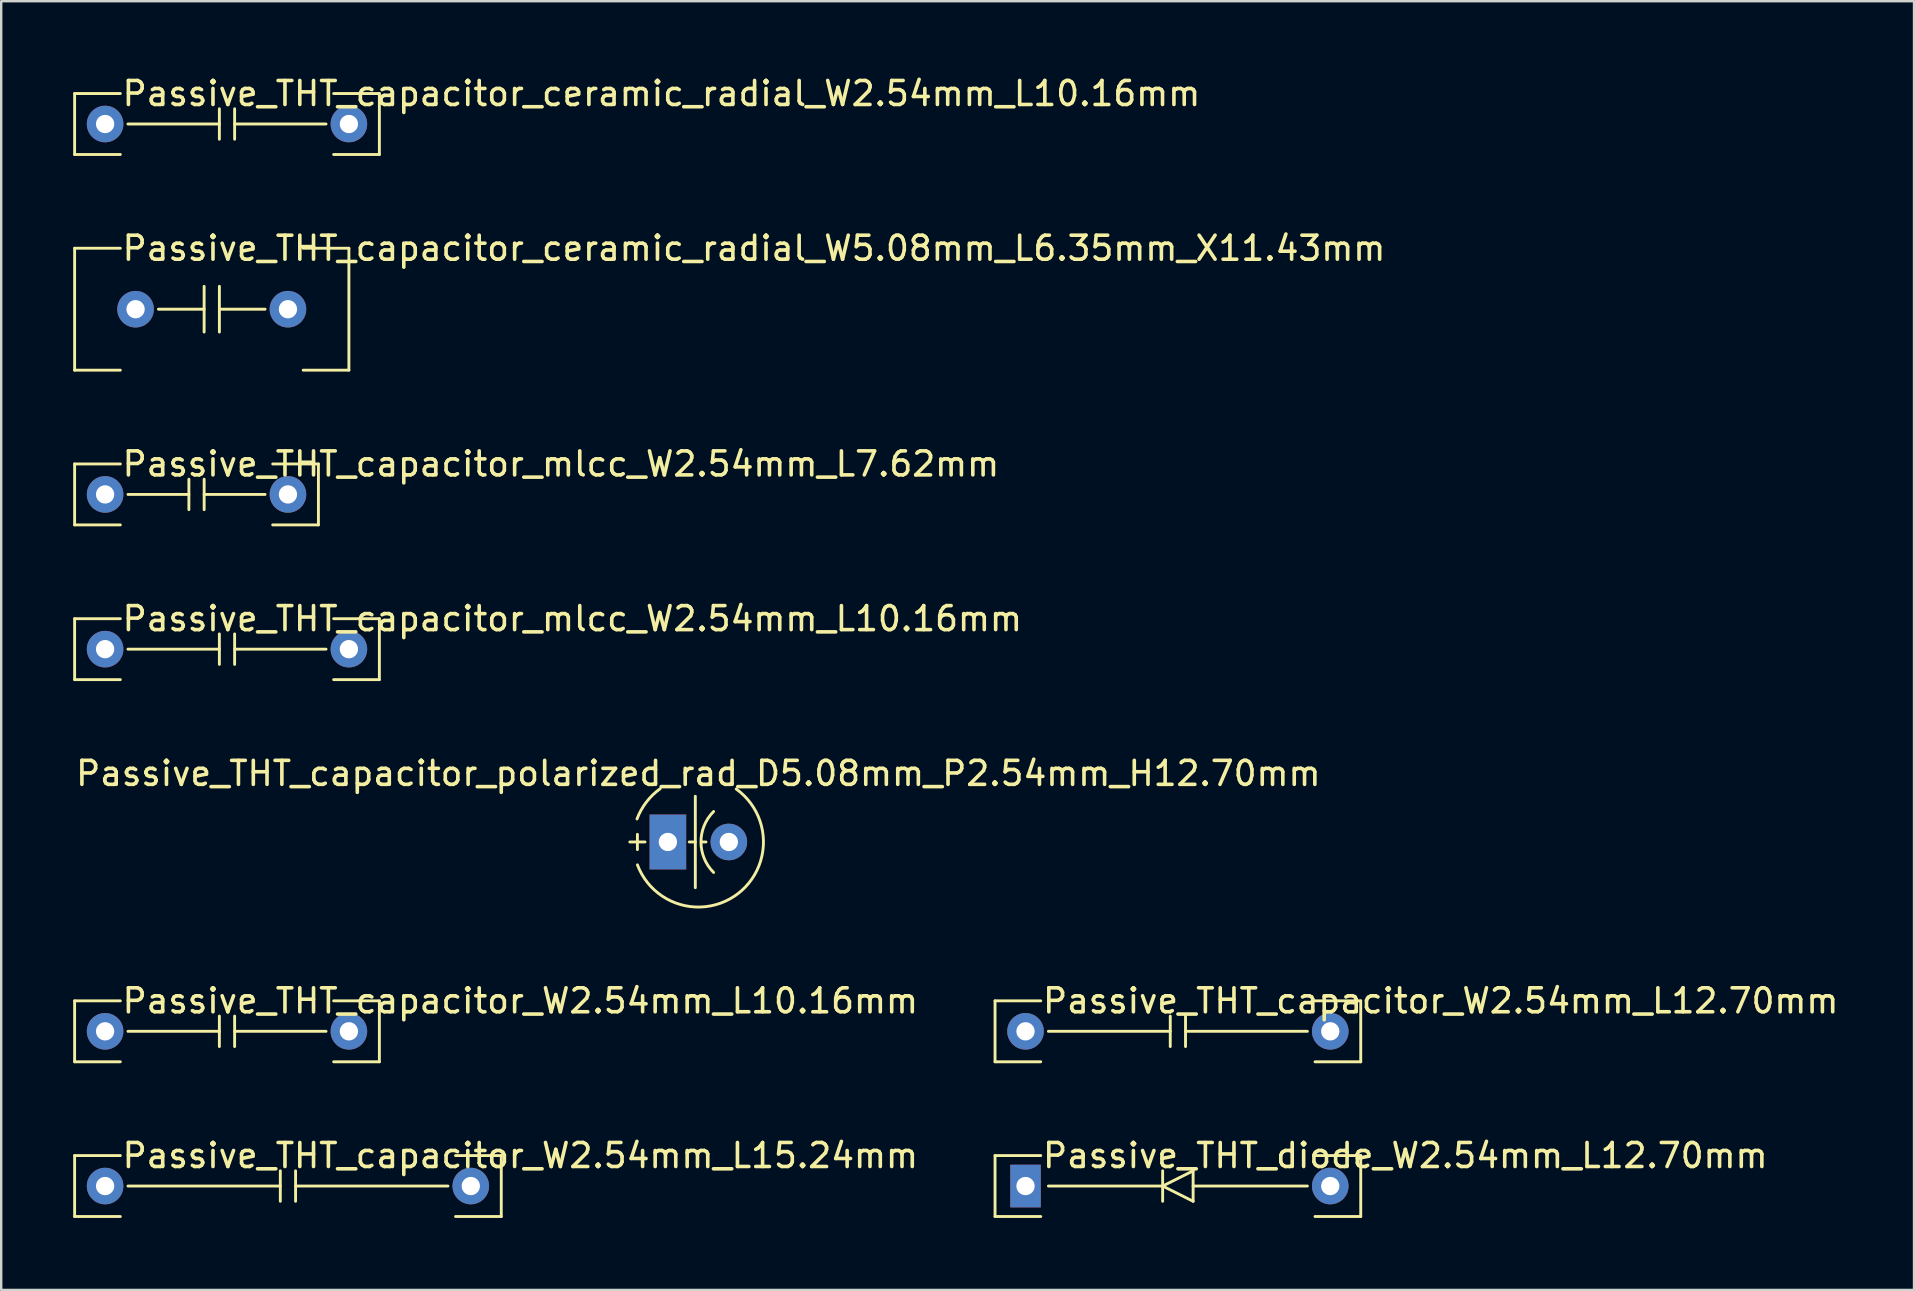
<source format=kicad_pcb>
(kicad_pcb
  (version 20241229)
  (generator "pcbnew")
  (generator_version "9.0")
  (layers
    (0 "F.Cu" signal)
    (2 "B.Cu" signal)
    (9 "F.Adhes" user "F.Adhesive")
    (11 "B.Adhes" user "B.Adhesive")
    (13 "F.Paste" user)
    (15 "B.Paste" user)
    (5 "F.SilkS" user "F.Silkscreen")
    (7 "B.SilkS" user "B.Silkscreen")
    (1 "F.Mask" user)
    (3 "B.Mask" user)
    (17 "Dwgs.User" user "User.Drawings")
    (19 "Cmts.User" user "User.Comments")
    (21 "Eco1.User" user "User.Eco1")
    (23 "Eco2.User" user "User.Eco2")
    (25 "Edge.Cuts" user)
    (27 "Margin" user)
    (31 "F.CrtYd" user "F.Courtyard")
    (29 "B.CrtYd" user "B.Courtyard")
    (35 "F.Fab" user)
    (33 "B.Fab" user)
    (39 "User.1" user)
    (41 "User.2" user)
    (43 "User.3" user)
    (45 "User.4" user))
  (footprint "Passive_THT_capacitor_ceramic_radial_W5.08mm_L6.35mm_X11.43mm"
    (layer "F.Cu")
    (at 5.775 9.836)
    (property "Reference" "Passive_THT_capacitor_ceramic_radial_W5.08mm_L6.35mm_X11.43mm" (at -3.81 -2.54 0) (layer "F.SilkS") (effects (font (size 1 1) (thickness 0.15)) (justify left)))
    (attr through_hole)
    (fp_line (start -5.715 -2.54) (end -3.81 -2.54) (stroke (width 0.12) (type solid)) (layer "F.SilkS"))
    (fp_line (start -5.715 2.54) (end -5.715 -2.54) (stroke (width 0.12) (type solid)) (layer "F.SilkS"))
    (fp_line (start -3.81 2.54) (end -5.715 2.54) (stroke (width 0.12) (type solid)) (layer "F.SilkS"))
    (fp_line (start -0.318 -0.953) (end -0.318 0.953) (stroke (width 0.12) (type solid)) (layer "F.SilkS"))
    (fp_line (start -0.318 0) (end -2.223 0) (stroke (width 0.12) (type solid)) (layer "F.SilkS"))
    (fp_line (start 0.318 0) (end 2.223 0) (stroke (width 0.12) (type solid)) (layer "F.SilkS"))
    (fp_line (start 0.318 0.953) (end 0.318 -0.953) (stroke (width 0.12) (type solid)) (layer "F.SilkS"))
    (fp_line (start 3.81 -2.54) (end 5.715 -2.54) (stroke (width 0.12) (type solid)) (layer "F.SilkS"))
    (fp_line (start 5.715 -2.54) (end 5.715 2.54) (stroke (width 0.12) (type solid)) (layer "F.SilkS"))
    (fp_line (start 5.715 2.54) (end 3.81 2.54) (stroke (width 0.12) (type solid)) (layer "F.SilkS"))
    (pad "1" thru_hole circle (at -3.175 0) (size 1.524 1.524) (drill 0.762) (layers "*.Cu" "*.Mask"))
    (pad "2" thru_hole circle (at 3.175 0) (size 1.524 1.524) (drill 0.762) (layers "*.Cu" "*.Mask")))
  (footprint "Passive_THT_capacitor_mlcc_W2.54mm_L10.16mm"
    (layer "F.Cu")
    (at 6.41 24.003)
    (property "Reference" "Passive_THT_capacitor_mlcc_W2.54mm_L10.16mm" (at -4.445 -1.27 0) (layer "F.SilkS") (effects (font (size 1 1) (thickness 0.15)) (justify left)))
    (attr through_hole)
    (fp_line (start -6.35 -1.27) (end -4.445 -1.27) (stroke (width 0.12) (type solid)) (layer "F.SilkS"))
    (fp_line (start -6.35 1.27) (end -6.35 -1.27) (stroke (width 0.12) (type solid)) (layer "F.SilkS"))
    (fp_line (start -4.445 1.27) (end -6.35 1.27) (stroke (width 0.12) (type solid)) (layer "F.SilkS"))
    (fp_line (start -4.128 0) (end -0.318 0) (stroke (width 0.12) (type solid)) (layer "F.SilkS"))
    (fp_line (start -0.318 -0.635) (end -0.318 0.635) (stroke (width 0.12) (type solid)) (layer "F.SilkS"))
    (fp_line (start 0.318 -0.635) (end 0.318 0.635) (stroke (width 0.12) (type solid)) (layer "F.SilkS"))
    (fp_line (start 0.318 0) (end 4.128 0) (stroke (width 0.12) (type solid)) (layer "F.SilkS"))
    (fp_line (start 4.445 -1.27) (end 6.35 -1.27) (stroke (width 0.12) (type solid)) (layer "F.SilkS"))
    (fp_line (start 6.35 -1.27) (end 6.35 1.27) (stroke (width 0.12) (type solid)) (layer "F.SilkS"))
    (fp_line (start 6.35 1.27) (end 4.445 1.27) (stroke (width 0.12) (type solid)) (layer "F.SilkS"))
    (pad "1" thru_hole circle (at -5.08 0) (size 1.524 1.524) (drill 0.762) (layers "*.Cu" "*.Mask"))
    (pad "2" thru_hole circle (at 5.08 0) (size 1.524 1.524) (drill 0.762) (layers "*.Cu" "*.Mask")))
  (footprint "Passive_THT_diode_W2.54mm_L12.70mm"
    (layer "F.Cu")
    (at 46.038 46.378)
    (property "Reference" "Passive_THT_diode_W2.54mm_L12.70mm" (at -5.715 -1.27 0) (layer "F.SilkS") (effects (font (size 1 1) (thickness 0.15)) (justify left)))
    (attr through_hole)
    (fp_line (start -7.62 -1.27) (end -5.715 -1.27) (stroke (width 0.12) (type solid)) (layer "F.SilkS"))
    (fp_line (start -7.62 1.27) (end -7.62 -1.27) (stroke (width 0.12) (type solid)) (layer "F.SilkS"))
    (fp_line (start -5.715 1.27) (end -7.62 1.27) (stroke (width 0.12) (type solid)) (layer "F.SilkS"))
    (fp_line (start -0.635 -0.635) (end -0.635 0.635) (stroke (width 0.12) (type solid)) (layer "F.SilkS"))
    (fp_line (start -0.635 0) (end -5.397 0) (stroke (width 0.12) (type solid)) (layer "F.SilkS"))
    (fp_line (start -0.635 0) (end 0.635 0.635) (stroke (width 0.12) (type solid)) (layer "F.SilkS"))
    (fp_line (start 0.635 -0.635) (end -0.635 0) (stroke (width 0.12) (type solid)) (layer "F.SilkS"))
    (fp_line (start 0.635 0) (end 5.397 0) (stroke (width 0.12) (type solid)) (layer "F.SilkS"))
    (fp_line (start 0.635 0.635) (end 0.635 -0.635) (stroke (width 0.12) (type solid)) (layer "F.SilkS"))
    (fp_line (start 5.715 -1.27) (end 7.62 -1.27) (stroke (width 0.12) (type solid)) (layer "F.SilkS"))
    (fp_line (start 7.62 -1.27) (end 7.62 1.27) (stroke (width 0.12) (type solid)) (layer "F.SilkS"))
    (fp_line (start 7.62 1.27) (end 5.715 1.27) (stroke (width 0.12) (type solid)) (layer "F.SilkS"))
    (pad "1" thru_hole rect (at -6.35 0) (size 1.27 1.778) (drill 0.762) (layers "*.Cu" "*.Mask"))
    (pad "2" thru_hole circle (at 6.35 0) (size 1.524 1.524) (drill 0.762) (layers "*.Cu" "*.Mask")))
  (footprint "Passive_THT_capacitor_polarized_rad_D5.08mm_P2.54mm_H12.70mm"
    (layer "F.Cu")
    (at 26.054 32.039)
    (property "Reference" "Passive_THT_capacitor_polarized_rad_D5.08mm_P2.54mm_H12.70mm" (at 0 -2.857 0) (layer "F.SilkS") (effects (font (size 1 1) (thickness 0.15))))
    (attr through_hole)
    (fp_line (start -2.54 0.318) (end -2.54 -0.318) (stroke (width 0.12) (type solid)) (layer "F.SilkS"))
    (fp_line (start -2.223 0) (end -2.857 0) (stroke (width 0.12) (type solid)) (layer "F.SilkS"))
    (fp_line (start -0.381 0) (end -0.127 0) (stroke (width 0.12) (type solid)) (layer "F.SilkS"))
    (fp_line (start -0.127 -1.905) (end -0.127 1.905) (stroke (width 0.12) (type solid)) (layer "F.SilkS"))
    (fp_line (start 0.127 0) (end 0.318 0) (stroke (width 0.12) (type solid)) (layer "F.SilkS"))
    (fp_arc (start -2.557337 -0.959002) (mid -2.166569 -1.66302) (end -1.587499 -2.222499) (stroke (width 0.12) (type solid)) (layer "F.SilkS"))
    (fp_arc (start 0.635 1.269999) (mid 0.108949 0) (end 0.635 -1.269999) (stroke (width 0.12) (type solid)) (layer "F.SilkS"))
    (fp_arc (start 1.576737 -2.207431) (mid 1.651744 2.151881) (end -2.539999 0.952499) (stroke (width 0.12) (type solid)) (layer "F.SilkS"))
    (pad "1" thru_hole rect (at -1.27 0) (size 1.524 2.286) (drill 0.762) (layers "*.Cu" "*.Mask"))
    (pad "2" thru_hole circle (at 1.27 0) (size 1.524 1.524) (drill 0.762) (layers "*.Cu" "*.Mask")))
  (footprint "Passive_THT_capacitor_W2.54mm_L12.70mm"
    (layer "F.Cu")
    (at 46.038 39.93)
    (property "Reference" "Passive_THT_capacitor_W2.54mm_L12.70mm" (at -5.715 -1.27 0) (layer "F.SilkS") (effects (font (size 1 1) (thickness 0.15)) (justify left)))
    (attr through_hole)
    (fp_line (start -7.62 -1.27) (end -5.715 -1.27) (stroke (width 0.12) (type solid)) (layer "F.SilkS"))
    (fp_line (start -7.62 1.27) (end -7.62 -1.27) (stroke (width 0.12) (type solid)) (layer "F.SilkS"))
    (fp_line (start -5.715 1.27) (end -7.62 1.27) (stroke (width 0.12) (type solid)) (layer "F.SilkS"))
    (fp_line (start -5.397 0) (end -0.318 0) (stroke (width 0.12) (type solid)) (layer "F.SilkS"))
    (fp_line (start -0.318 -0.635) (end -0.318 0.635) (stroke (width 0.12) (type solid)) (layer "F.SilkS"))
    (fp_line (start 0.318 -0.635) (end 0.318 0.635) (stroke (width 0.12) (type solid)) (layer "F.SilkS"))
    (fp_line (start 0.318 0) (end 5.397 0) (stroke (width 0.12) (type solid)) (layer "F.SilkS"))
    (fp_line (start 5.715 -1.27) (end 7.62 -1.27) (stroke (width 0.12) (type solid)) (layer "F.SilkS"))
    (fp_line (start 7.62 -1.27) (end 7.62 1.27) (stroke (width 0.12) (type solid)) (layer "F.SilkS"))
    (fp_line (start 7.62 1.27) (end 5.715 1.27) (stroke (width 0.12) (type solid)) (layer "F.SilkS"))
    (pad "1" thru_hole circle (at -6.35 0) (size 1.524 1.524) (drill 0.762) (layers "*.Cu" "*.Mask"))
    (pad "2" thru_hole circle (at 6.35 0) (size 1.524 1.524) (drill 0.762) (layers "*.Cu" "*.Mask")))
  (footprint "Passive_THT_capacitor_ceramic_radial_W2.54mm_L10.16mm"
    (layer "F.Cu")
    (at 6.41 2.118)
    (property "Reference" "Passive_THT_capacitor_ceramic_radial_W2.54mm_L10.16mm" (at -4.445 -1.27 0) (layer "F.SilkS") (effects (font (size 1 1) (thickness 0.15)) (justify left)))
    (attr through_hole)
    (fp_line (start -6.35 -1.27) (end -4.445 -1.27) (stroke (width 0.12) (type solid)) (layer "F.SilkS"))
    (fp_line (start -6.35 1.27) (end -6.35 -1.27) (stroke (width 0.12) (type solid)) (layer "F.SilkS"))
    (fp_line (start -4.445 1.27) (end -6.35 1.27) (stroke (width 0.12) (type solid)) (layer "F.SilkS"))
    (fp_line (start -4.128 0) (end -0.318 0) (stroke (width 0.12) (type solid)) (layer "F.SilkS"))
    (fp_line (start -0.318 0.635) (end -0.318 -0.635) (stroke (width 0.12) (type solid)) (layer "F.SilkS"))
    (fp_line (start 0.318 -0.635) (end 0.318 0.635) (stroke (width 0.12) (type solid)) (layer "F.SilkS"))
    (fp_line (start 0.318 0) (end 4.128 0) (stroke (width 0.12) (type solid)) (layer "F.SilkS"))
    (fp_line (start 4.445 -1.27) (end 6.35 -1.27) (stroke (width 0.12) (type solid)) (layer "F.SilkS"))
    (fp_line (start 6.35 -1.27) (end 6.35 1.27) (stroke (width 0.12) (type solid)) (layer "F.SilkS"))
    (fp_line (start 6.35 1.27) (end 4.445 1.27) (stroke (width 0.12) (type solid)) (layer "F.SilkS"))
    (pad "1" thru_hole circle (at -5.08 0) (size 1.524 1.524) (drill 0.762) (layers "*.Cu" "*.Mask"))
    (pad "2" thru_hole circle (at 5.08 0) (size 1.524 1.524) (drill 0.762) (layers "*.Cu" "*.Mask")))
  (footprint "Passive_THT_capacitor_W2.54mm_L10.16mm"
    (layer "F.Cu")
    (at 6.41 39.93)
    (property "Reference" "Passive_THT_capacitor_W2.54mm_L10.16mm" (at -4.445 -1.27 0) (layer "F.SilkS") (effects (font (size 1 1) (thickness 0.15)) (justify left)))
    (attr through_hole)
    (fp_line (start -6.35 -1.27) (end -4.445 -1.27) (stroke (width 0.12) (type solid)) (layer "F.SilkS"))
    (fp_line (start -6.35 1.27) (end -6.35 -1.27) (stroke (width 0.12) (type solid)) (layer "F.SilkS"))
    (fp_line (start -4.445 1.27) (end -6.35 1.27) (stroke (width 0.12) (type solid)) (layer "F.SilkS"))
    (fp_line (start -4.128 0) (end -0.318 0) (stroke (width 0.12) (type solid)) (layer "F.SilkS"))
    (fp_line (start -0.318 -0.635) (end -0.318 0.635) (stroke (width 0.12) (type solid)) (layer "F.SilkS"))
    (fp_line (start 0.318 -0.635) (end 0.318 0.635) (stroke (width 0.12) (type solid)) (layer "F.SilkS"))
    (fp_line (start 0.318 0) (end 4.128 0) (stroke (width 0.12) (type solid)) (layer "F.SilkS"))
    (fp_line (start 4.445 -1.27) (end 6.35 -1.27) (stroke (width 0.12) (type solid)) (layer "F.SilkS"))
    (fp_line (start 6.35 -1.27) (end 6.35 1.27) (stroke (width 0.12) (type solid)) (layer "F.SilkS"))
    (fp_line (start 6.35 1.27) (end 4.445 1.27) (stroke (width 0.12) (type solid)) (layer "F.SilkS"))
    (pad "1" thru_hole circle (at -5.08 0) (size 1.524 1.524) (drill 0.762) (layers "*.Cu" "*.Mask"))
    (pad "2" thru_hole circle (at 5.08 0) (size 1.524 1.524) (drill 0.762) (layers "*.Cu" "*.Mask")))
  (footprint "Passive_THT_capacitor_mlcc_W2.54mm_L7.62mm"
    (layer "F.Cu")
    (at 5.14 17.555)
    (property "Reference" "Passive_THT_capacitor_mlcc_W2.54mm_L7.62mm" (at -3.175 -1.27 0) (layer "F.SilkS") (effects (font (size 1 1) (thickness 0.15)) (justify left)))
    (attr through_hole)
    (fp_line (start -5.08 -1.27) (end -3.175 -1.27) (stroke (width 0.12) (type solid)) (layer "F.SilkS"))
    (fp_line (start -5.08 1.27) (end -5.08 -1.27) (stroke (width 0.12) (type solid)) (layer "F.SilkS"))
    (fp_line (start -3.175 1.27) (end -5.08 1.27) (stroke (width 0.12) (type solid)) (layer "F.SilkS"))
    (fp_line (start -2.857 0) (end -0.318 0) (stroke (width 0.12) (type solid)) (layer "F.SilkS"))
    (fp_line (start -0.318 -0.635) (end -0.318 0.635) (stroke (width 0.12) (type solid)) (layer "F.SilkS"))
    (fp_line (start 0.318 -0.635) (end 0.318 0.635) (stroke (width 0.12) (type solid)) (layer "F.SilkS"))
    (fp_line (start 0.318 0) (end 2.857 0) (stroke (width 0.12) (type solid)) (layer "F.SilkS"))
    (fp_line (start 3.175 -1.27) (end 5.08 -1.27) (stroke (width 0.12) (type solid)) (layer "F.SilkS"))
    (fp_line (start 5.08 -1.27) (end 5.08 1.27) (stroke (width 0.12) (type solid)) (layer "F.SilkS"))
    (fp_line (start 5.08 1.27) (end 3.175 1.27) (stroke (width 0.12) (type solid)) (layer "F.SilkS"))
    (pad "1" thru_hole circle (at -3.81 0) (size 1.524 1.524) (drill 0.762) (layers "*.Cu" "*.Mask"))
    (pad "2" thru_hole circle (at 3.81 0) (size 1.524 1.524) (drill 0.762) (layers "*.Cu" "*.Mask")))
  (footprint "Passive_THT_capacitor_W2.54mm_L15.24mm"
    (layer "F.Cu")
    (at 8.95 46.378)
    (property "Reference" "Passive_THT_capacitor_W2.54mm_L15.24mm" (at -6.985 -1.27 0) (layer "F.SilkS") (effects (font (size 1 1) (thickness 0.15)) (justify left)))
    (attr through_hole)
    (fp_line (start -8.89 -1.27) (end -6.985 -1.27) (stroke (width 0.12) (type solid)) (layer "F.SilkS"))
    (fp_line (start -8.89 1.27) (end -8.89 -1.27) (stroke (width 0.12) (type solid)) (layer "F.SilkS"))
    (fp_line (start -6.985 1.27) (end -8.89 1.27) (stroke (width 0.12) (type solid)) (layer "F.SilkS"))
    (fp_line (start -6.668 0) (end -0.318 0) (stroke (width 0.12) (type solid)) (layer "F.SilkS"))
    (fp_line (start -0.318 -0.635) (end -0.318 0.635) (stroke (width 0.12) (type solid)) (layer "F.SilkS"))
    (fp_line (start 0.318 -0.635) (end 0.318 0.635) (stroke (width 0.12) (type solid)) (layer "F.SilkS"))
    (fp_line (start 0.318 0) (end 6.668 0) (stroke (width 0.12) (type solid)) (layer "F.SilkS"))
    (fp_line (start 6.985 -1.27) (end 8.89 -1.27) (stroke (width 0.12) (type solid)) (layer "F.SilkS"))
    (fp_line (start 8.89 -1.27) (end 8.89 1.27) (stroke (width 0.12) (type solid)) (layer "F.SilkS"))
    (fp_line (start 8.89 1.27) (end 6.985 1.27) (stroke (width 0.12) (type solid)) (layer "F.SilkS"))
    (pad "1" thru_hole circle (at -7.62 0) (size 1.524 1.524) (drill 0.762) (layers "*.Cu" "*.Mask"))
    (pad "2" thru_hole circle (at 7.62 0) (size 1.524 1.524) (drill 0.762) (layers "*.Cu" "*.Mask")))
  (gr_rect
    (start -3 -3)
    (end 76.716 50.708)
    (stroke (width 0.1) (type default))
    (fill no)
    (layer "Edge.Cuts")))
</source>
